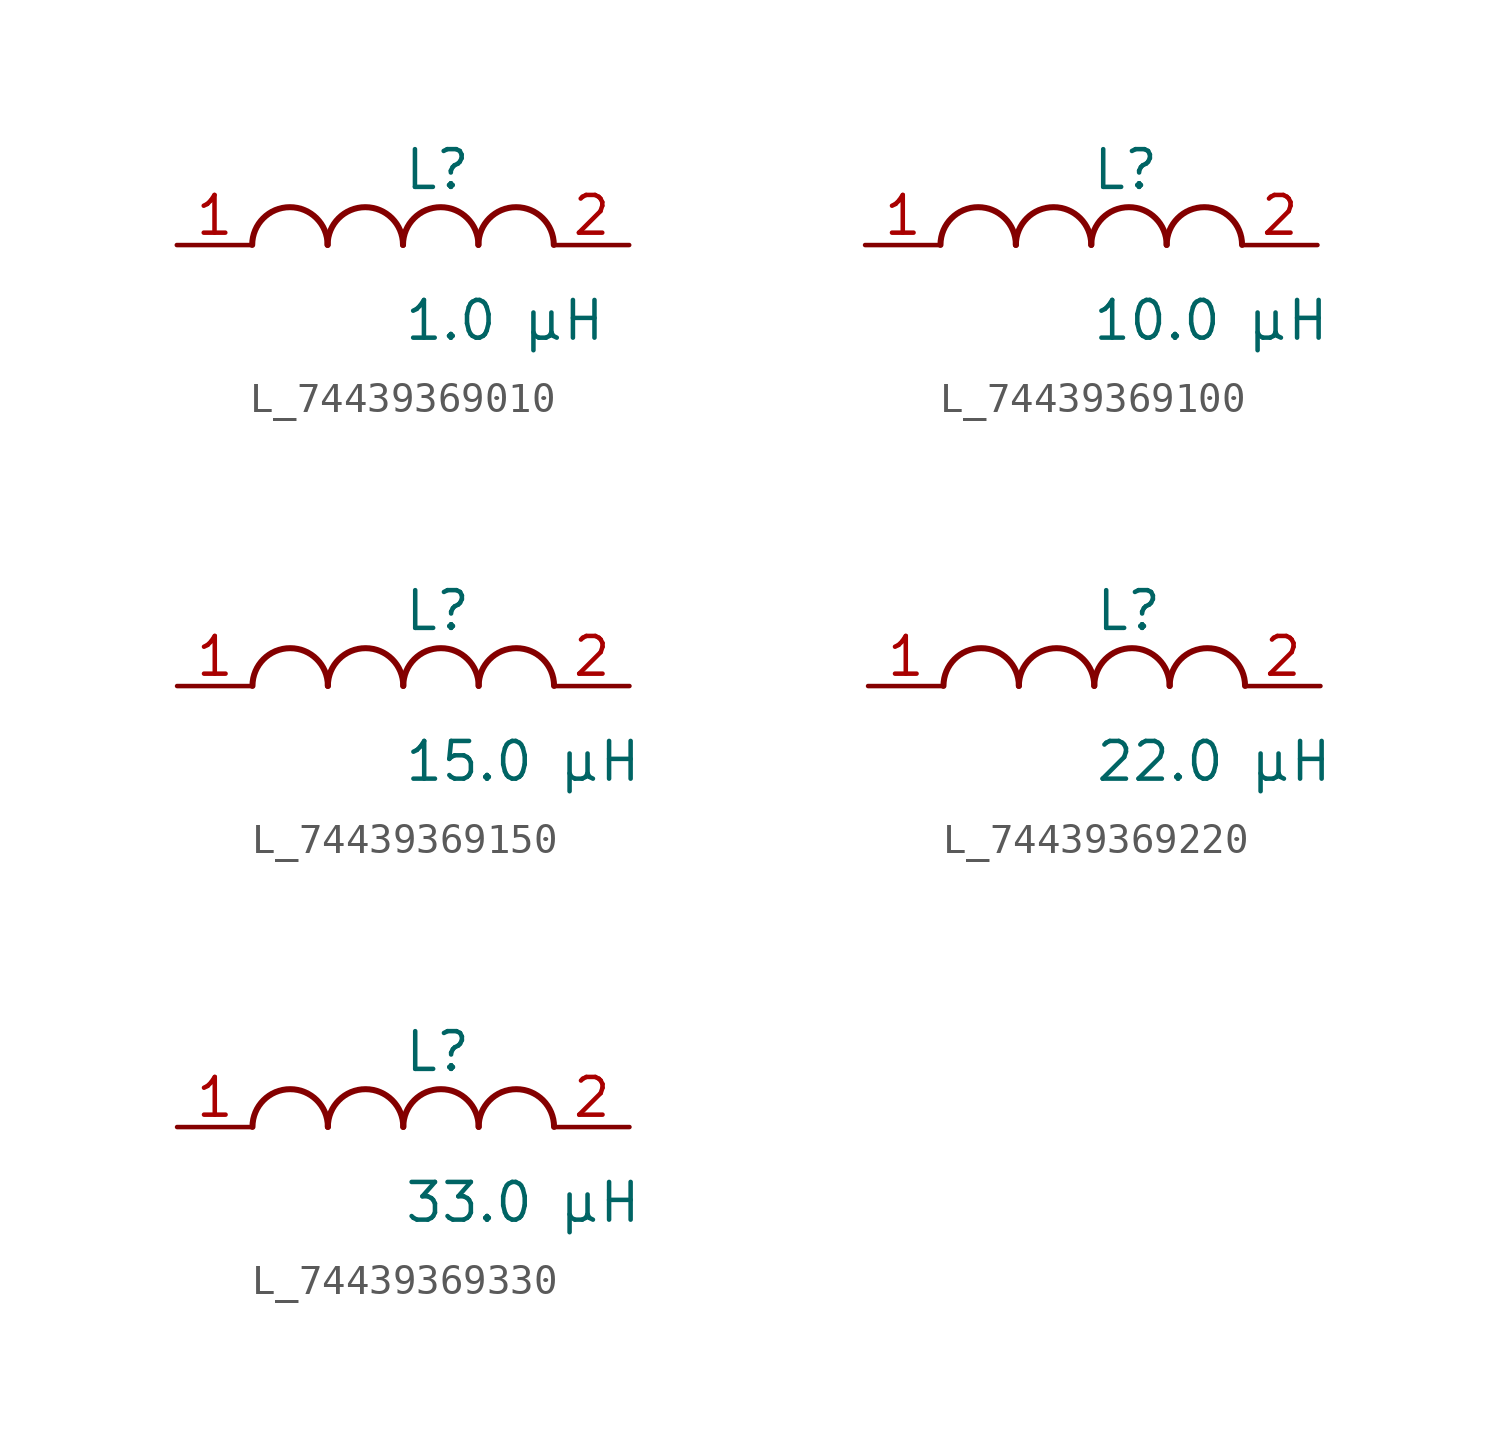
<source format=kicad_sym>
(kicad_symbol_lib
  (version 20231120)
  (generator kicad_symbol_editor)
  (generator_version 8.0)
  (symbol "L_74439369010"
    (pin_names
      (offset 0.254))
    (property "Reference" "L"
      (at 0 2.54 0)
      (effects (font (size 1.27 1.27)) (justify left)))
    (property "Value" "1.0 µH"
      (at 0 -2.54 0)
      (effects (font (size 1.27 1.27)) (justify left)))
    (symbol "L_74439369010_1_1"
      (arc (start -2.54 0.0056) (mid -3.81 1.27) (end -5.08 0.0056) (stroke (width 0.2032) (type default)) (fill (type none)))
      (arc (start 0 0.0056) (mid -1.27 1.27) (end -2.54 0.0056) (stroke (width 0.2032) (type default)) (fill (type none)))
      (arc (start 2.54 0.0056) (mid 1.27 1.27) (end 0 0.0056) (stroke (width 0.2032) (type default)) (fill (type none)))
      (arc (start 5.08 0.0056) (mid 3.81 1.27) (end 2.54 0.0056) (stroke (width 0.2032) (type default)) (fill (type none)))
      (pin unspecified line (at -7.62 0 0) (length 2.54) (name "" (effects (font (size 1.27 1.27)))) (number "1" (effects (font (size 1.27 1.27)))))
      (pin unspecified line (at 7.62 0 180) (length 2.54) (name "" (effects (font (size 1.27 1.27)))) (number "2" (effects (font (size 1.27 1.27)))))))
  (symbol "L_74439369100"
    (pin_names
      (offset 0.254))
    (property "Reference" "L"
      (at 0 2.54 0)
      (effects (font (size 1.27 1.27)) (justify left)))
    (property "Value" "10.0 µH"
      (at 0 -2.54 0)
      (effects (font (size 1.27 1.27)) (justify left)))
    (symbol "L_74439369100_1_1"
      (arc (start -2.54 0.0056) (mid -3.81 1.27) (end -5.08 0.0056) (stroke (width 0.2032) (type default)) (fill (type none)))
      (arc (start 0 0.0056) (mid -1.27 1.27) (end -2.54 0.0056) (stroke (width 0.2032) (type default)) (fill (type none)))
      (arc (start 2.54 0.0056) (mid 1.27 1.27) (end 0 0.0056) (stroke (width 0.2032) (type default)) (fill (type none)))
      (arc (start 5.08 0.0056) (mid 3.81 1.27) (end 2.54 0.0056) (stroke (width 0.2032) (type default)) (fill (type none)))
      (pin unspecified line (at -7.62 0 0) (length 2.54) (name "" (effects (font (size 1.27 1.27)))) (number "1" (effects (font (size 1.27 1.27)))))
      (pin unspecified line (at 7.62 0 180) (length 2.54) (name "" (effects (font (size 1.27 1.27)))) (number "2" (effects (font (size 1.27 1.27)))))))
  (symbol "L_74439369150"
    (pin_names
      (offset 0.254))
    (property "Reference" "L"
      (at 0 2.54 0)
      (effects (font (size 1.27 1.27)) (justify left)))
    (property "Value" "15.0 µH"
      (at 0 -2.54 0)
      (effects (font (size 1.27 1.27)) (justify left)))
    (symbol "L_74439369150_1_1"
      (arc (start -2.54 0.0056) (mid -3.81 1.27) (end -5.08 0.0056) (stroke (width 0.2032) (type default)) (fill (type none)))
      (arc (start 0 0.0056) (mid -1.27 1.27) (end -2.54 0.0056) (stroke (width 0.2032) (type default)) (fill (type none)))
      (arc (start 2.54 0.0056) (mid 1.27 1.27) (end 0 0.0056) (stroke (width 0.2032) (type default)) (fill (type none)))
      (arc (start 5.08 0.0056) (mid 3.81 1.27) (end 2.54 0.0056) (stroke (width 0.2032) (type default)) (fill (type none)))
      (pin unspecified line (at -7.62 0 0) (length 2.54) (name "" (effects (font (size 1.27 1.27)))) (number "1" (effects (font (size 1.27 1.27)))))
      (pin unspecified line (at 7.62 0 180) (length 2.54) (name "" (effects (font (size 1.27 1.27)))) (number "2" (effects (font (size 1.27 1.27)))))))
  (symbol "L_74439369220"
    (pin_names
      (offset 0.254))
    (property "Reference" "L"
      (at 0 2.54 0)
      (effects (font (size 1.27 1.27)) (justify left)))
    (property "Value" "22.0 µH"
      (at 0 -2.54 0)
      (effects (font (size 1.27 1.27)) (justify left)))
    (symbol "L_74439369220_1_1"
      (arc (start -2.54 0.0056) (mid -3.81 1.27) (end -5.08 0.0056) (stroke (width 0.2032) (type default)) (fill (type none)))
      (arc (start 0 0.0056) (mid -1.27 1.27) (end -2.54 0.0056) (stroke (width 0.2032) (type default)) (fill (type none)))
      (arc (start 2.54 0.0056) (mid 1.27 1.27) (end 0 0.0056) (stroke (width 0.2032) (type default)) (fill (type none)))
      (arc (start 5.08 0.0056) (mid 3.81 1.27) (end 2.54 0.0056) (stroke (width 0.2032) (type default)) (fill (type none)))
      (pin unspecified line (at -7.62 0 0) (length 2.54) (name "" (effects (font (size 1.27 1.27)))) (number "1" (effects (font (size 1.27 1.27)))))
      (pin unspecified line (at 7.62 0 180) (length 2.54) (name "" (effects (font (size 1.27 1.27)))) (number "2" (effects (font (size 1.27 1.27)))))))
  (symbol "L_74439369330"
    (pin_names
      (offset 0.254))
    (property "Reference" "L"
      (at 0 2.54 0)
      (effects (font (size 1.27 1.27)) (justify left)))
    (property "Value" "33.0 µH"
      (at 0 -2.54 0)
      (effects (font (size 1.27 1.27)) (justify left)))
    (symbol "L_74439369330_1_1"
      (arc (start -2.54 0.0056) (mid -3.81 1.27) (end -5.08 0.0056) (stroke (width 0.2032) (type default)) (fill (type none)))
      (arc (start 0 0.0056) (mid -1.27 1.27) (end -2.54 0.0056) (stroke (width 0.2032) (type default)) (fill (type none)))
      (arc (start 2.54 0.0056) (mid 1.27 1.27) (end 0 0.0056) (stroke (width 0.2032) (type default)) (fill (type none)))
      (arc (start 5.08 0.0056) (mid 3.81 1.27) (end 2.54 0.0056) (stroke (width 0.2032) (type default)) (fill (type none)))
      (pin unspecified line (at -7.62 0 0) (length 2.54) (name "" (effects (font (size 1.27 1.27)))) (number "1" (effects (font (size 1.27 1.27)))))
      (pin unspecified line (at 7.62 0 180) (length 2.54) (name "" (effects (font (size 1.27 1.27)))) (number "2" (effects (font (size 1.27 1.27))))))))
</source>
